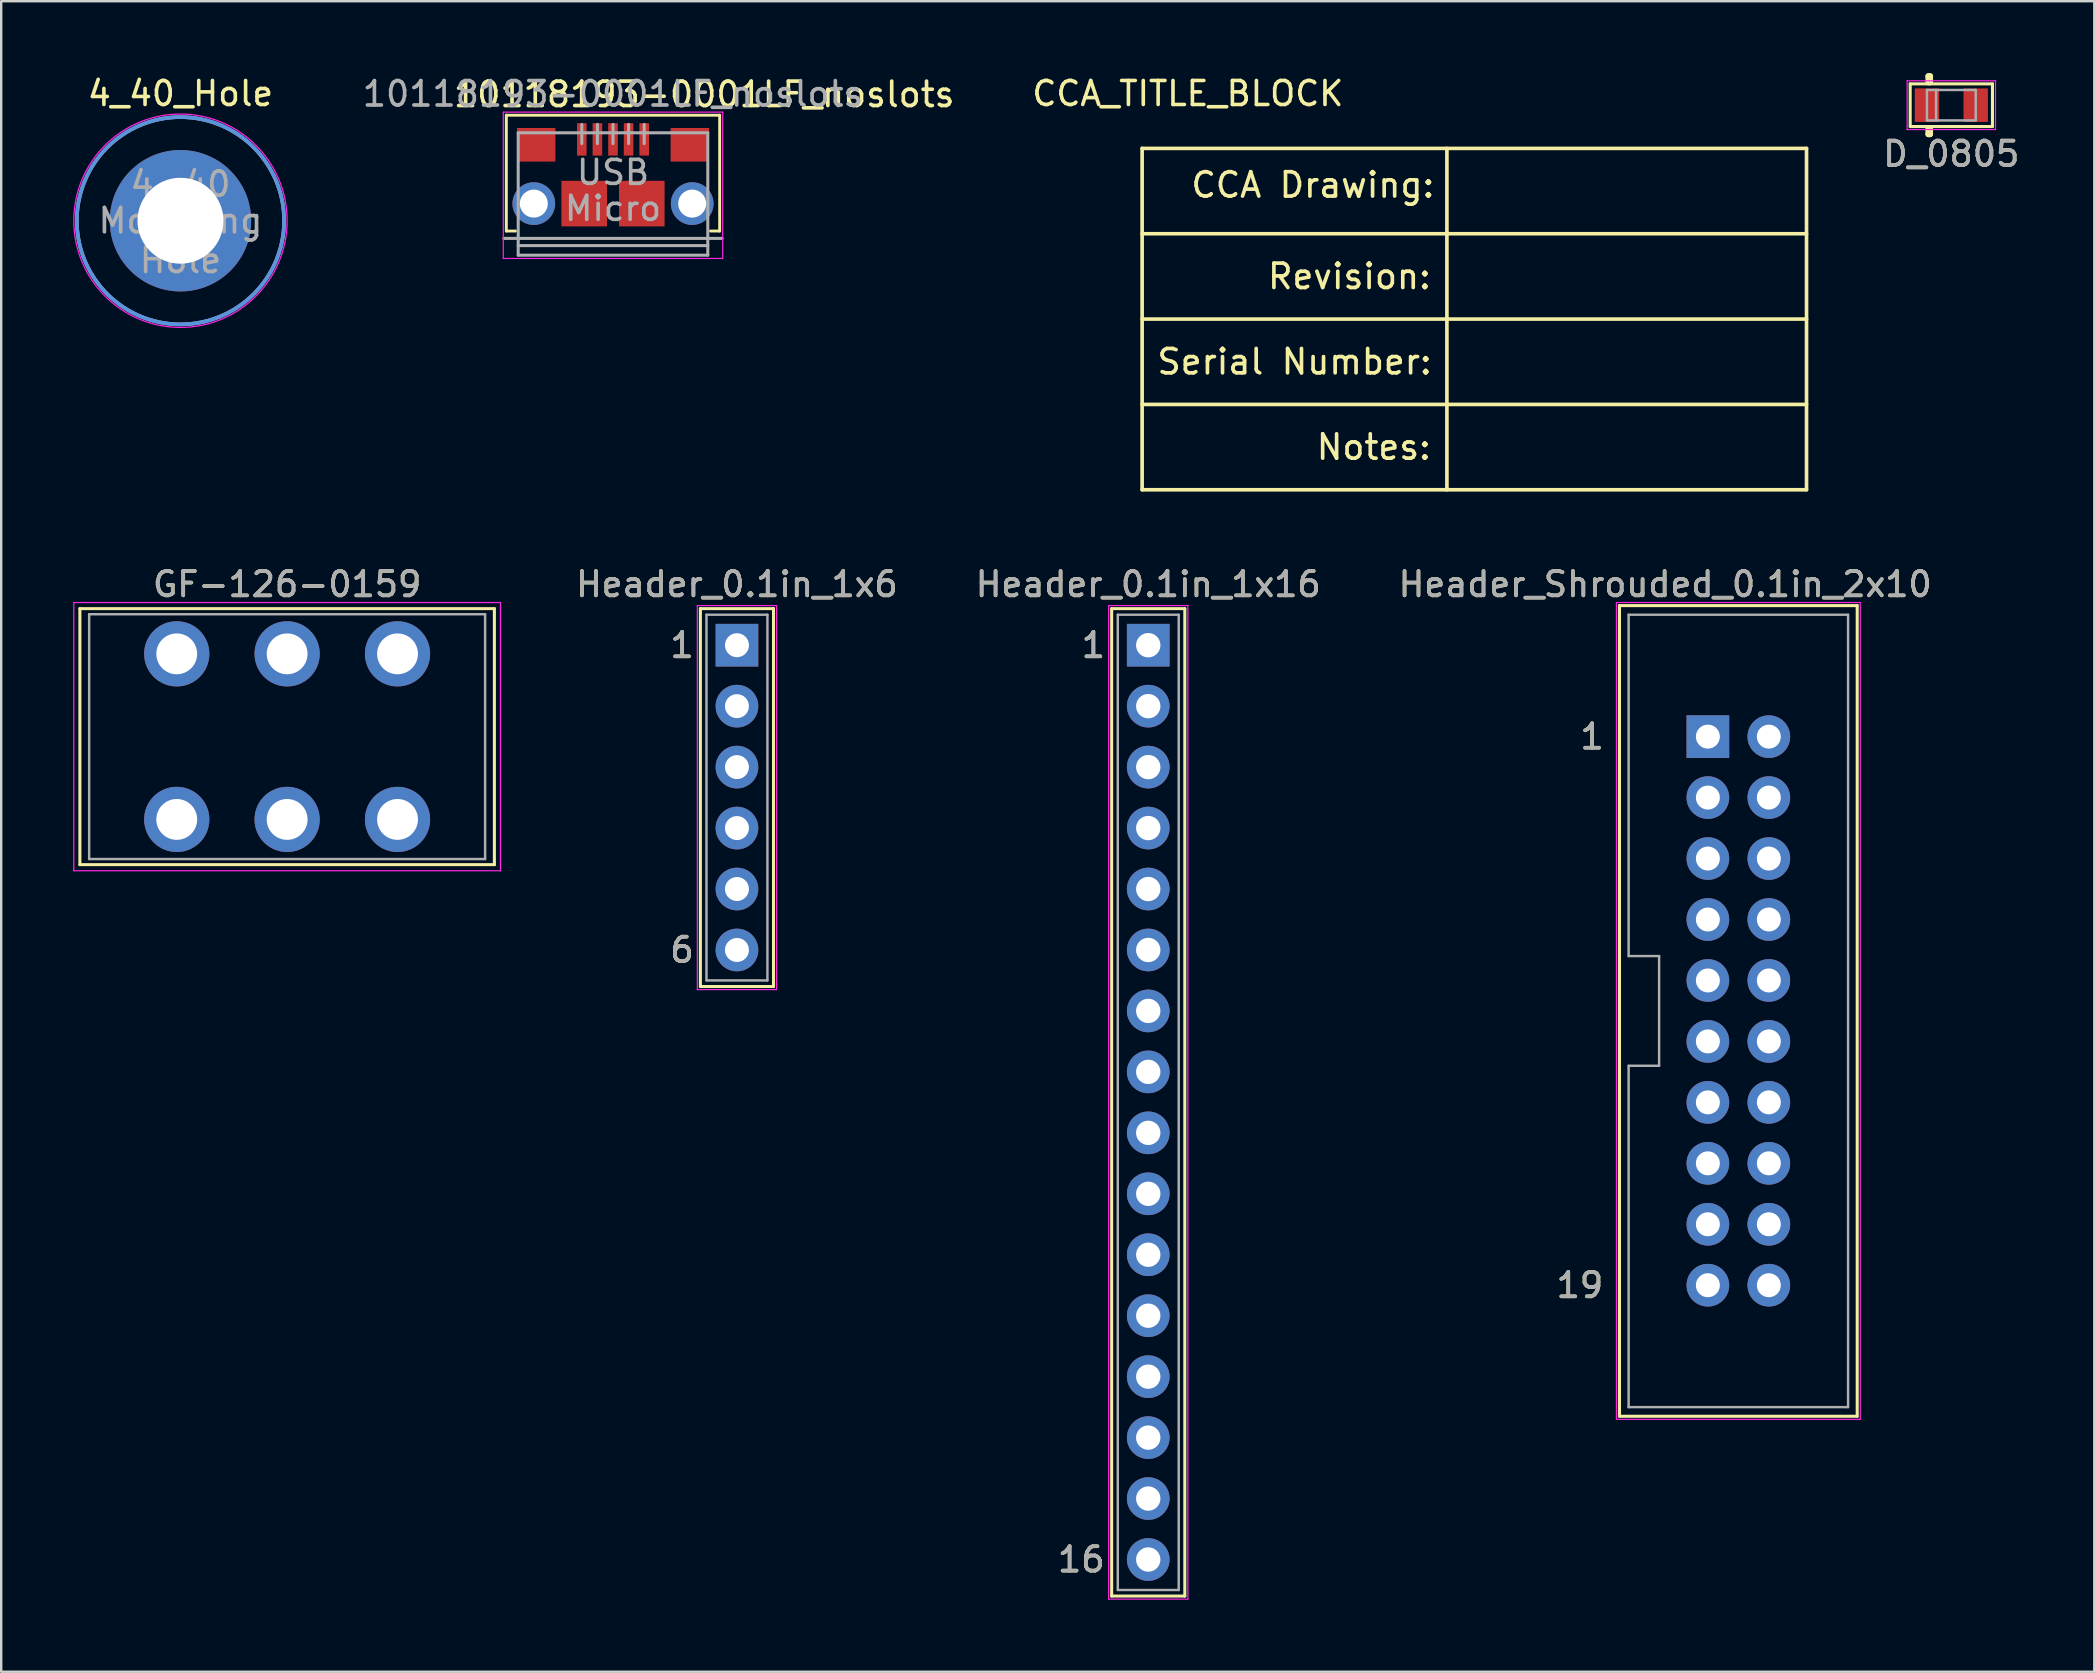
<source format=kicad_pcb>
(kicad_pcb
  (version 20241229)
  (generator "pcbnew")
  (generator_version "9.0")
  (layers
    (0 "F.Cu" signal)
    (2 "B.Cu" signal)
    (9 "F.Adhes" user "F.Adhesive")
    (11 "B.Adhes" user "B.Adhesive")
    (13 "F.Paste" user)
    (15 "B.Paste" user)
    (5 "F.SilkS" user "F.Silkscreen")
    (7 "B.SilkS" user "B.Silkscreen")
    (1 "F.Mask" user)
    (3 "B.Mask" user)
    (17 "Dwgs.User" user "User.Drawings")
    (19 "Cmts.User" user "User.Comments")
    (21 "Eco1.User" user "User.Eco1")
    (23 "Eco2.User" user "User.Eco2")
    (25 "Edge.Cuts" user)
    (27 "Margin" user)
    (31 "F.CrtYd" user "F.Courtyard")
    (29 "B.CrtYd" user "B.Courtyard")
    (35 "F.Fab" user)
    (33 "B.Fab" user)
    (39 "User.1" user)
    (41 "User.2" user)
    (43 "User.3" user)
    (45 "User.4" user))
  (footprint "GF-126-0159"
    (layer "F.Cu")
    (at 8.915 27.646)
    (property "Reference" "GF-126-0159" (at 0 -6.35 0) (layer "F.SilkS") (effects (font (size 1.016 1.016) (thickness 0.152))))
    (attr through_hole)
    (fp_line (start -8.636 -5.334) (end -8.636 5.334) (stroke (width 0.127) (type solid)) (layer "F.SilkS"))
    (fp_line (start -8.636 -5.334) (end 8.636 -5.334) (stroke (width 0.127) (type solid)) (layer "F.SilkS"))
    (fp_line (start -8.636 5.334) (end 8.636 5.334) (stroke (width 0.127) (type solid)) (layer "F.SilkS"))
    (fp_line (start 8.636 -5.334) (end 8.636 5.334) (stroke (width 0.127) (type solid)) (layer "F.SilkS"))
    (fp_line (start -8.89 -5.588) (end -8.89 5.588) (stroke (width 0.051) (type solid)) (layer "F.CrtYd"))
    (fp_line (start -8.89 -5.588) (end 8.89 -5.588) (stroke (width 0.051) (type solid)) (layer "F.CrtYd"))
    (fp_line (start -8.89 5.588) (end 8.89 5.588) (stroke (width 0.051) (type solid)) (layer "F.CrtYd"))
    (fp_line (start 8.89 -5.588) (end 8.89 5.588) (stroke (width 0.051) (type solid)) (layer "F.CrtYd"))
    (fp_line (start -8.25 -5.1) (end -8.25 5.1) (stroke (width 0.102) (type solid)) (layer "F.Fab"))
    (fp_line (start 8.25 -5.1) (end -8.25 -5.1) (stroke (width 0.102) (type solid)) (layer "F.Fab"))
    (fp_line (start 8.25 -5.1) (end 8.25 5.1) (stroke (width 0.102) (type solid)) (layer "F.Fab"))
    (fp_line (start 8.25 5.1) (end -8.25 5.1) (stroke (width 0.102) (type solid)) (layer "F.Fab"))
    (fp_text user "${REFERENCE}" (at 0 -6.35 0) (layer "F.Fab") (effects (font (size 1.016 1.016) (thickness 0.152))))
    (pad "A1" thru_hole circle (at -4.6 -3.45) (size 2.718 2.718) (drill 1.702) (layers "*.Cu" "*.Mask"))
    (pad "A2" thru_hole circle (at -4.6 3.45) (size 2.718 2.718) (drill 1.702) (layers "*.Cu" "*.Mask"))
    (pad "B1" thru_hole circle (at 0 -3.45) (size 2.718 2.718) (drill 1.702) (layers "*.Cu" "*.Mask"))
    (pad "B2" thru_hole circle (at 0 3.45) (size 2.718 2.718) (drill 1.702) (layers "*.Cu" "*.Mask"))
    (pad "C1" thru_hole circle (at 4.6 -3.45) (size 2.718 2.718) (drill 1.702) (layers "*.Cu" "*.Mask"))
    (pad "C2" thru_hole circle (at 4.6 3.45) (size 2.718 2.718) (drill 1.702) (layers "*.Cu" "*.Mask")))
  (footprint "4_40_Hole"
    (layer "F.Cu")
    (at 4.47 6.148)
    (property "Reference" "4_40_Hole" (at 0 -5.3 0) (layer "F.SilkS") (effects (font (size 1 1) (thickness 0.15))))
    (attr through_hole)
    (fp_circle (center 0 0) (end 4.318 0) (stroke (width 0.152) (type solid)) (fill no) (layer "Cmts.User"))
    (fp_circle (center 0 0) (end 4.445 0) (stroke (width 0.051) (type solid)) (fill no) (layer "F.CrtYd"))
    (fp_circle (center 0 0) (end 4.318 0) (stroke (width 0.152) (type solid)) (fill no) (layer "F.Fab"))
    (fp_text user "Mounting" (at 0 0 0) (layer "F.Fab") (effects (font (size 1.016 1.016) (thickness 0.152))))
    (fp_text user "4-40" (at 0 -1.524 0) (layer "F.Fab") (effects (font (size 1.016 1.016) (thickness 0.152))))
    (fp_text user "Hole" (at 0 1.651 0) (layer "F.Fab") (effects (font (size 1.016 1.016) (thickness 0.152))))
    (pad "1" thru_hole circle (at 0 0) (size 5.893 5.893) (drill 3.581) (layers "*.Cu" "*.Mask")))
  (footprint "Header_0.1in_1x6"
    (layer "F.Cu")
    (at 27.659 23.836)
    (property "Reference" "Header_0.1in_1x6" (at 0 -2.54 0) (layer "F.SilkS") (effects (font (size 1.016 1.016) (thickness 0.152))))
    (attr through_hole)
    (fp_line (start -1.524 -1.524) (end -1.524 14.224) (stroke (width 0.127) (type solid)) (layer "F.SilkS"))
    (fp_line (start -1.524 14.224) (end 1.524 14.224) (stroke (width 0.127) (type solid)) (layer "F.SilkS"))
    (fp_line (start 1.524 -1.524) (end -1.524 -1.524) (stroke (width 0.127) (type solid)) (layer "F.SilkS"))
    (fp_line (start 1.524 14.224) (end 1.524 -1.524) (stroke (width 0.127) (type solid)) (layer "F.SilkS"))
    (fp_line (start -1.651 -1.651) (end -1.651 14.351) (stroke (width 0.051) (type solid)) (layer "F.CrtYd"))
    (fp_line (start -1.651 14.351) (end 1.651 14.351) (stroke (width 0.051) (type solid)) (layer "F.CrtYd"))
    (fp_line (start 1.651 -1.651) (end -1.651 -1.651) (stroke (width 0.051) (type solid)) (layer "F.CrtYd"))
    (fp_line (start 1.651 14.351) (end 1.651 -1.651) (stroke (width 0.051) (type solid)) (layer "F.CrtYd"))
    (fp_line (start -1.27 -1.27) (end -1.27 13.97) (stroke (width 0.102) (type solid)) (layer "F.Fab"))
    (fp_line (start -1.27 13.97) (end 1.27 13.97) (stroke (width 0.102) (type solid)) (layer "F.Fab"))
    (fp_line (start 1.27 -1.27) (end -1.27 -1.27) (stroke (width 0.102) (type solid)) (layer "F.Fab"))
    (fp_line (start 1.27 13.97) (end 1.27 -1.27) (stroke (width 0.102) (type solid)) (layer "F.Fab"))
    (fp_text user "1" (at -2.286 0 0) (layer "F.SilkS") (effects (font (size 1.016 1.016) (thickness 0.152))))
    (fp_text user "6" (at -2.286 12.7 0) (layer "F.SilkS") (effects (font (size 1.016 1.016) (thickness 0.152))))
    (fp_text user "1" (at -2.286 0 0) (layer "F.Fab") (effects (font (size 1.016 1.016) (thickness 0.152))))
    (fp_text user "${REFERENCE}" (at 0 -2.54 0) (layer "F.Fab") (effects (font (size 1.016 1.016) (thickness 0.152))))
    (fp_text user "6" (at -2.286 12.7 0) (layer "F.Fab") (effects (font (size 1.016 1.016) (thickness 0.152))))
    (pad "1" thru_hole rect (at 0 0) (size 1.778 1.778) (drill 1) (layers "*.Cu" "*.Mask"))
    (pad "2" thru_hole circle (at 0 2.54) (size 1.778 1.778) (drill 1) (layers "*.Cu" "*.Mask"))
    (pad "3" thru_hole circle (at 0 5.08) (size 1.778 1.778) (drill 1) (layers "*.Cu" "*.Mask"))
    (pad "4" thru_hole circle (at 0 7.62) (size 1.778 1.778) (drill 1) (layers "*.Cu" "*.Mask"))
    (pad "5" thru_hole circle (at 0 10.16) (size 1.778 1.778) (drill 1) (layers "*.Cu" "*.Mask"))
    (pad "6" thru_hole circle (at 0 12.7) (size 1.778 1.778) (drill 1) (layers "*.Cu" "*.Mask")))
  (footprint "CCA_TITLE_BLOCK"
    (layer "F.Cu")
    (at 44.543 3.134)
    (property "Reference" "CCA_TITLE_BLOCK" (at 1.905 -2.286 0) (layer "F.SilkS") (effects (font (size 1 1) (thickness 0.15))))
    (attr through_hole)
    (fp_line (start 0 0) (end 0 14.224) (stroke (width 0.152) (type solid)) (layer "F.SilkS"))
    (fp_line (start 0 0) (end 27.686 0) (stroke (width 0.152) (type solid)) (layer "F.SilkS"))
    (fp_line (start 0 3.556) (end 27.686 3.556) (stroke (width 0.152) (type solid)) (layer "F.SilkS"))
    (fp_line (start 0 7.112) (end 27.686 7.112) (stroke (width 0.152) (type solid)) (layer "F.SilkS"))
    (fp_line (start 0 10.668) (end 27.686 10.668) (stroke (width 0.152) (type solid)) (layer "F.SilkS"))
    (fp_line (start 0 14.224) (end 27.686 14.224) (stroke (width 0.152) (type solid)) (layer "F.SilkS"))
    (fp_line (start 12.7 14.224) (end 12.7 0) (stroke (width 0.152) (type solid)) (layer "F.SilkS"))
    (fp_line (start 27.686 14.224) (end 27.686 0) (stroke (width 0.152) (type solid)) (layer "F.SilkS"))
    (fp_text user "CCA Drawing:" (at 7.112 1.524 0) (layer "F.SilkS") (effects (font (size 1.016 1.016) (thickness 0.152))))
    (fp_text user "Revision:" (at 8.636 5.334 0) (layer "F.SilkS") (effects (font (size 1.016 1.016) (thickness 0.152))))
    (fp_text user "Serial Number:" (at 6.35 8.89 0) (layer "F.SilkS") (effects (font (size 1.016 1.016) (thickness 0.152))))
    (fp_text user "Notes:" (at 9.652 12.446 0) (layer "F.SilkS") (effects (font (size 1.016 1.016) (thickness 0.152)))))
  (footprint "10118193-0001LF_noslots"
    (layer "F.Cu")
    (at 22.494 5.434)
    (property "Reference" "10118193-0001LF_noslots" (at 3.8 -4.55 0) (layer "F.SilkS") (effects (font (size 1.016 1.016) (thickness 0.152))))
    (attr smd)
    (fp_line (start -4.445 -3.683) (end 4.445 -3.683) (stroke (width 0.12) (type solid)) (layer "F.SilkS"))
    (fp_line (start -4.445 1.143) (end -4.445 -3.683) (stroke (width 0.12) (type solid)) (layer "F.SilkS"))
    (fp_line (start -4.445 1.143) (end -4.064 1.143) (stroke (width 0.12) (type solid)) (layer "F.SilkS"))
    (fp_line (start 4.064 1.143) (end 4.445 1.143) (stroke (width 0.12) (type solid)) (layer "F.SilkS"))
    (fp_line (start 4.445 1.143) (end 4.445 -3.683) (stroke (width 0.12) (type solid)) (layer "F.SilkS"))
    (fp_line (start -4.572 -3.81) (end 4.572 -3.81) (stroke (width 0.05) (type solid)) (layer "F.CrtYd"))
    (fp_line (start -4.572 2.286) (end -4.572 -3.81) (stroke (width 0.05) (type solid)) (layer "F.CrtYd"))
    (fp_line (start 4.572 -3.81) (end 4.572 2.286) (stroke (width 0.05) (type solid)) (layer "F.CrtYd"))
    (fp_line (start 4.572 2.286) (end -4.572 2.286) (stroke (width 0.05) (type solid)) (layer "F.CrtYd"))
    (fp_line (start -4.55 1.45) (end 4.55 1.45) (stroke (width 0.127) (type solid)) (layer "F.Fab"))
    (fp_line (start -3.95 -2.95) (end -3.95 2.15) (stroke (width 0.127) (type solid)) (layer "F.Fab"))
    (fp_line (start -1.3 -3.3) (end -1.3 -2.5) (stroke (width 0.127) (type solid)) (layer "F.Fab"))
    (fp_line (start -0.65 -3.3) (end -0.65 -2.5) (stroke (width 0.127) (type solid)) (layer "F.Fab"))
    (fp_line (start 0 -3.3) (end 0 -2.5) (stroke (width 0.127) (type solid)) (layer "F.Fab"))
    (fp_line (start 0.65 -3.3) (end 0.65 -2.5) (stroke (width 0.127) (type solid)) (layer "F.Fab"))
    (fp_line (start 1.3 -3.3) (end 1.3 -2.5) (stroke (width 0.127) (type solid)) (layer "F.Fab"))
    (fp_line (start 3.95 -2.95) (end -3.95 -2.95) (stroke (width 0.127) (type solid)) (layer "F.Fab"))
    (fp_line (start 3.95 -2.95) (end 3.95 2.15) (stroke (width 0.127) (type solid)) (layer "F.Fab"))
    (fp_line (start 3.95 1.75) (end -3.95 1.75) (stroke (width 0.127) (type solid)) (layer "F.Fab"))
    (fp_line (start 3.95 2.15) (end -3.95 2.15) (stroke (width 0.127) (type solid)) (layer "F.Fab"))
    (fp_text user "${REFERENCE}" (at 0 -4.572 0) (layer "F.Fab") (effects (font (size 1.016 1.016) (thickness 0.152))))
    (fp_text user "Micro" (at 0 0.2 0) (layer "F.Fab") (effects (font (size 1 1) (thickness 0.15))))
    (fp_text user "USB" (at 0 -1.3 0) (layer "F.Fab") (effects (font (size 1 1) (thickness 0.15))))
    (pad "1" smd rect (at -1.3 -2.675 90) (size 1.35 0.4) (layers "F.Cu" "F.Mask" "F.Paste"))
    (pad "2" smd rect (at -0.65 -2.675 90) (size 1.35 0.4) (layers "F.Cu" "F.Mask" "F.Paste"))
    (pad "3" smd rect (at 0 -2.675 90) (size 1.35 0.4) (layers "F.Cu" "F.Mask" "F.Paste"))
    (pad "4" smd rect (at 0.65 -2.675 90) (size 1.35 0.4) (layers "F.Cu" "F.Mask" "F.Paste"))
    (pad "5" smd rect (at 1.3 -2.675 90) (size 1.35 0.4) (layers "F.Cu" "F.Mask" "F.Paste"))
    (pad "6" thru_hole circle (at -3.3 0) (size 1.778 1.778) (drill 1.168) (layers "*.Cu" "*.Mask"))
    (pad "6" smd rect (at -3.2 -2.45) (size 1.6 1.4) (layers "F.Cu" "F.Mask" "F.Paste"))
    (pad "6" smd rect (at -1.2 0 90) (size 1.9 1.9) (layers "F.Cu" "F.Mask" "F.Paste"))
    (pad "6" smd rect (at 1.2 0 90) (size 1.9 1.9) (layers "F.Cu" "F.Mask" "F.Paste"))
    (pad "6" smd rect (at 3.2 -2.45) (size 1.6 1.4) (layers "F.Cu" "F.Mask" "F.Paste"))
    (pad "6" thru_hole circle (at 3.3 0) (size 1.778 1.778) (drill 1.168) (layers "*.Cu" "*.Mask")))
  (footprint "Header_Shrouded_0.1in_2x10"
    (layer "F.Cu")
    (at 68.118 27.646)
    (property "Reference" "Header_Shrouded_0.1in_2x10" (at -1.778 -6.35 0) (layer "F.SilkS") (effects (font (size 1.016 1.016) (thickness 0.152))))
    (attr through_hole)
    (fp_line (start -3.683 -5.461) (end -3.683 28.321) (stroke (width 0.127) (type solid)) (layer "F.SilkS"))
    (fp_line (start 6.223 -5.461) (end -3.683 -5.461) (stroke (width 0.127) (type solid)) (layer "F.SilkS"))
    (fp_line (start 6.223 28.321) (end -3.683 28.321) (stroke (width 0.127) (type solid)) (layer "F.SilkS"))
    (fp_line (start 6.223 28.321) (end 6.223 -5.461) (stroke (width 0.127) (type solid)) (layer "F.SilkS"))
    (fp_line (start -3.81 -5.588) (end -3.81 28.448) (stroke (width 0.051) (type solid)) (layer "F.CrtYd"))
    (fp_line (start -3.81 28.448) (end 6.35 28.448) (stroke (width 0.051) (type solid)) (layer "F.CrtYd"))
    (fp_line (start 6.35 -5.588) (end -3.81 -5.588) (stroke (width 0.051) (type solid)) (layer "F.CrtYd"))
    (fp_line (start 6.35 28.448) (end 6.35 -5.588) (stroke (width 0.051) (type solid)) (layer "F.CrtYd"))
    (fp_line (start -3.302 -5.08) (end -3.302 9.144) (stroke (width 0.102) (type solid)) (layer "F.Fab"))
    (fp_line (start -3.302 13.716) (end -3.302 27.94) (stroke (width 0.102) (type solid)) (layer "F.Fab"))
    (fp_line (start -3.302 27.94) (end 5.842 27.94) (stroke (width 0.102) (type solid)) (layer "F.Fab"))
    (fp_line (start -2.032 9.144) (end -3.302 9.144) (stroke (width 0.102) (type solid)) (layer "F.Fab"))
    (fp_line (start -2.032 9.144) (end -2.032 13.716) (stroke (width 0.102) (type solid)) (layer "F.Fab"))
    (fp_line (start -2.032 13.716) (end -3.302 13.716) (stroke (width 0.102) (type solid)) (layer "F.Fab"))
    (fp_line (start 5.842 -5.08) (end -3.302 -5.08) (stroke (width 0.102) (type solid)) (layer "F.Fab"))
    (fp_line (start 5.842 27.94) (end 5.842 -5.08) (stroke (width 0.102) (type solid)) (layer "F.Fab"))
    (fp_text user "19" (at -5.334 22.86 0) (layer "F.SilkS") (effects (font (size 1.016 1.016) (thickness 0.152))))
    (fp_text user "1" (at -4.826 0 0) (layer "F.SilkS") (effects (font (size 1.016 1.016) (thickness 0.152))))
    (fp_text user "19" (at -5.334 22.86 0) (layer "F.Fab") (effects (font (size 1.016 1.016) (thickness 0.152))))
    (fp_text user "1" (at -4.826 0 0) (layer "F.Fab") (effects (font (size 1.016 1.016) (thickness 0.152))))
    (fp_text user "${REFERENCE}" (at -1.778 -6.35 0) (layer "F.Fab") (effects (font (size 1.016 1.016) (thickness 0.152))))
    (pad "1" thru_hole rect (at 0 0) (size 1.778 1.778) (drill 1) (layers "*.Cu" "*.Mask"))
    (pad "2" thru_hole circle (at 2.54 0) (size 1.778 1.778) (drill 1) (layers "*.Cu" "*.Mask"))
    (pad "3" thru_hole circle (at 0 2.54) (size 1.778 1.778) (drill 1) (layers "*.Cu" "*.Mask"))
    (pad "4" thru_hole circle (at 2.54 2.54) (size 1.778 1.778) (drill 1) (layers "*.Cu" "*.Mask"))
    (pad "5" thru_hole circle (at 0 5.08) (size 1.778 1.778) (drill 1) (layers "*.Cu" "*.Mask"))
    (pad "6" thru_hole circle (at 2.54 5.08) (size 1.778 1.778) (drill 1) (layers "*.Cu" "*.Mask"))
    (pad "7" thru_hole circle (at 0 7.62) (size 1.778 1.778) (drill 1) (layers "*.Cu" "*.Mask"))
    (pad "8" thru_hole circle (at 2.54 7.62) (size 1.778 1.778) (drill 1) (layers "*.Cu" "*.Mask"))
    (pad "9" thru_hole circle (at 0 10.16) (size 1.778 1.778) (drill 1) (layers "*.Cu" "*.Mask"))
    (pad "10" thru_hole circle (at 2.54 10.16) (size 1.778 1.778) (drill 1) (layers "*.Cu" "*.Mask"))
    (pad "11" thru_hole circle (at 0 12.7) (size 1.778 1.778) (drill 1) (layers "*.Cu" "*.Mask"))
    (pad "12" thru_hole circle (at 2.54 12.7) (size 1.778 1.778) (drill 1) (layers "*.Cu" "*.Mask"))
    (pad "13" thru_hole circle (at 0 15.24) (size 1.778 1.778) (drill 1) (layers "*.Cu" "*.Mask"))
    (pad "14" thru_hole circle (at 2.54 15.24) (size 1.778 1.778) (drill 1) (layers "*.Cu" "*.Mask"))
    (pad "15" thru_hole circle (at 0 17.78) (size 1.778 1.778) (drill 1) (layers "*.Cu" "*.Mask"))
    (pad "16" thru_hole circle (at 2.54 17.78) (size 1.778 1.778) (drill 1) (layers "*.Cu" "*.Mask"))
    (pad "17" thru_hole circle (at 0 20.32) (size 1.778 1.778) (drill 1) (layers "*.Cu" "*.Mask"))
    (pad "18" thru_hole circle (at 2.54 20.32) (size 1.778 1.778) (drill 1) (layers "*.Cu" "*.Mask"))
    (pad "19" thru_hole circle (at 0 22.86) (size 1.778 1.778) (drill 1) (layers "*.Cu" "*.Mask"))
    (pad "20" thru_hole circle (at 2.54 22.86) (size 1.778 1.778) (drill 1) (layers "*.Cu" "*.Mask")))
  (footprint "D_0805"
    (layer "F.Cu")
    (at 78.263 1.333)
    (property "Reference" "D_0805" (at 0 2.032 0) (layer "F.SilkS") (effects (font (size 1.016 1.016) (thickness 0.152))))
    (attr smd)
    (fp_line (start -1.714 -0.889) (end -1.714 0.889) (stroke (width 0.127) (type solid)) (layer "F.SilkS"))
    (fp_line (start -1.714 -0.889) (end 1.714 -0.889) (stroke (width 0.127) (type solid)) (layer "F.SilkS"))
    (fp_line (start -1.714 0.889) (end 1.714 0.889) (stroke (width 0.127) (type solid)) (layer "F.SilkS"))
    (fp_line (start -0.953 -1.206) (end -0.953 -0.953) (stroke (width 0.254) (type solid)) (layer "F.SilkS"))
    (fp_line (start -0.953 0.953) (end -0.953 1.206) (stroke (width 0.254) (type solid)) (layer "F.SilkS"))
    (fp_line (start -0.889 -1.206) (end -0.953 -1.206) (stroke (width 0.254) (type solid)) (layer "F.SilkS"))
    (fp_line (start -0.889 -1.206) (end -0.889 -0.953) (stroke (width 0.254) (type solid)) (layer "F.SilkS"))
    (fp_line (start -0.889 0.953) (end -0.889 1.206) (stroke (width 0.254) (type solid)) (layer "F.SilkS"))
    (fp_line (start -0.889 1.206) (end -0.953 1.206) (stroke (width 0.254) (type solid)) (layer "F.SilkS"))
    (fp_line (start 1.714 -0.889) (end 1.714 0.889) (stroke (width 0.127) (type solid)) (layer "F.SilkS"))
    (fp_line (start -1.841 -1.016) (end 1.841 -1.016) (stroke (width 0.05) (type solid)) (layer "F.CrtYd"))
    (fp_line (start -1.841 1.016) (end -1.841 -1.016) (stroke (width 0.05) (type solid)) (layer "F.CrtYd"))
    (fp_line (start 1.841 -1.016) (end 1.841 1.016) (stroke (width 0.05) (type solid)) (layer "F.CrtYd"))
    (fp_line (start 1.841 1.016) (end -1.841 1.016) (stroke (width 0.05) (type solid)) (layer "F.CrtYd"))
    (fp_line (start -1.016 -0.635) (end 1.016 -0.635) (stroke (width 0.102) (type solid)) (layer "F.Fab"))
    (fp_line (start -1.016 0.635) (end -1.016 -0.635) (stroke (width 0.102) (type solid)) (layer "F.Fab"))
    (fp_line (start -0.635 0.635) (end -0.635 -0.635) (stroke (width 0.102) (type solid)) (layer "F.Fab"))
    (fp_line (start 1.016 -0.635) (end 1.016 0.635) (stroke (width 0.102) (type solid)) (layer "F.Fab"))
    (fp_line (start 1.016 0.635) (end -1.016 0.635) (stroke (width 0.102) (type solid)) (layer "F.Fab"))
    (fp_text user "${REFERENCE}" (at 0 2.032 0) (layer "F.Fab") (effects (font (size 1.016 1.016) (thickness 0.152))))
    (pad "A" smd rect (at 1.016 0) (size 1.016 1.397) (layers "F.Cu" "F.Mask" "F.Paste"))
    (pad "K" smd rect (at -1.016 0) (size 1.016 1.397) (layers "F.Cu" "F.Mask" "F.Paste")))
  (footprint "Header_0.1in_1x16"
    (layer "F.Cu")
    (at 44.798 23.836)
    (property "Reference" "Header_0.1in_1x16" (at 0 -2.54 0) (layer "F.SilkS") (effects (font (size 1.016 1.016) (thickness 0.152))))
    (attr through_hole)
    (fp_line (start -1.524 -1.524) (end -1.524 39.624) (stroke (width 0.127) (type solid)) (layer "F.SilkS"))
    (fp_line (start -1.524 39.624) (end 1.524 39.624) (stroke (width 0.127) (type solid)) (layer "F.SilkS"))
    (fp_line (start 1.524 -1.524) (end -1.524 -1.524) (stroke (width 0.127) (type solid)) (layer "F.SilkS"))
    (fp_line (start 1.524 39.624) (end 1.524 -1.524) (stroke (width 0.127) (type solid)) (layer "F.SilkS"))
    (fp_line (start -1.651 -1.651) (end -1.651 39.751) (stroke (width 0.051) (type solid)) (layer "F.CrtYd"))
    (fp_line (start -1.651 39.751) (end 1.651 39.751) (stroke (width 0.051) (type solid)) (layer "F.CrtYd"))
    (fp_line (start 1.651 -1.651) (end -1.651 -1.651) (stroke (width 0.051) (type solid)) (layer "F.CrtYd"))
    (fp_line (start 1.651 39.751) (end 1.651 -1.651) (stroke (width 0.051) (type solid)) (layer "F.CrtYd"))
    (fp_line (start -1.27 -1.27) (end -1.27 39.37) (stroke (width 0.102) (type solid)) (layer "F.Fab"))
    (fp_line (start -1.27 39.37) (end 1.27 39.37) (stroke (width 0.102) (type solid)) (layer "F.Fab"))
    (fp_line (start 1.27 -1.27) (end -1.27 -1.27) (stroke (width 0.102) (type solid)) (layer "F.Fab"))
    (fp_line (start 1.27 39.37) (end 1.27 -1.27) (stroke (width 0.102) (type solid)) (layer "F.Fab"))
    (fp_text user "1" (at -2.286 0 0) (layer "F.SilkS") (effects (font (size 1.016 1.016) (thickness 0.152))))
    (fp_text user "16" (at -2.794 38.1 0) (layer "F.SilkS") (effects (font (size 1.016 1.016) (thickness 0.152))))
    (fp_text user "16" (at -2.794 38.1 0) (layer "F.Fab") (effects (font (size 1.016 1.016) (thickness 0.152))))
    (fp_text user "1" (at -2.286 0 0) (layer "F.Fab") (effects (font (size 1.016 1.016) (thickness 0.152))))
    (fp_text user "${REFERENCE}" (at 0 -2.54 0) (layer "F.Fab") (effects (font (size 1.016 1.016) (thickness 0.152))))
    (pad "1" thru_hole rect (at 0 0) (size 1.778 1.778) (drill 1.016) (layers "*.Cu" "*.Mask"))
    (pad "2" thru_hole circle (at 0 2.54) (size 1.778 1.778) (drill 1.016) (layers "*.Cu" "*.Mask"))
    (pad "3" thru_hole circle (at 0 5.08) (size 1.778 1.778) (drill 1.016) (layers "*.Cu" "*.Mask"))
    (pad "4" thru_hole circle (at 0 7.62) (size 1.778 1.778) (drill 1.016) (layers "*.Cu" "*.Mask"))
    (pad "5" thru_hole circle (at 0 10.16) (size 1.778 1.778) (drill 1.016) (layers "*.Cu" "*.Mask"))
    (pad "6" thru_hole circle (at 0 12.7) (size 1.778 1.778) (drill 1.016) (layers "*.Cu" "*.Mask"))
    (pad "7" thru_hole circle (at 0 15.24) (size 1.778 1.778) (drill 1.016) (layers "*.Cu" "*.Mask"))
    (pad "8" thru_hole circle (at 0 17.78) (size 1.778 1.778) (drill 1.016) (layers "*.Cu" "*.Mask"))
    (pad "9" thru_hole circle (at 0 20.32) (size 1.778 1.778) (drill 1.016) (layers "*.Cu" "*.Mask"))
    (pad "10" thru_hole circle (at 0 22.86) (size 1.778 1.778) (drill 1.016) (layers "*.Cu" "*.Mask"))
    (pad "11" thru_hole circle (at 0 25.4) (size 1.778 1.778) (drill 1.016) (layers "*.Cu" "*.Mask"))
    (pad "12" thru_hole circle (at 0 27.94) (size 1.778 1.778) (drill 1.016) (layers "*.Cu" "*.Mask"))
    (pad "13" thru_hole circle (at 0 30.48) (size 1.778 1.778) (drill 1.016) (layers "*.Cu" "*.Mask"))
    (pad "14" thru_hole circle (at 0 33.02) (size 1.778 1.778) (drill 1.016) (layers "*.Cu" "*.Mask"))
    (pad "15" thru_hole circle (at 0 35.56) (size 1.778 1.778) (drill 1.016) (layers "*.Cu" "*.Mask"))
    (pad "16" thru_hole circle (at 0 38.1) (size 1.778 1.778) (drill 1.016) (layers "*.Cu" "*.Mask")))
  (gr_rect
    (start -3 -3)
    (end 84.22 66.613)
    (stroke (width 0.1) (type default))
    (fill no)
    (layer "Edge.Cuts")))
</source>
